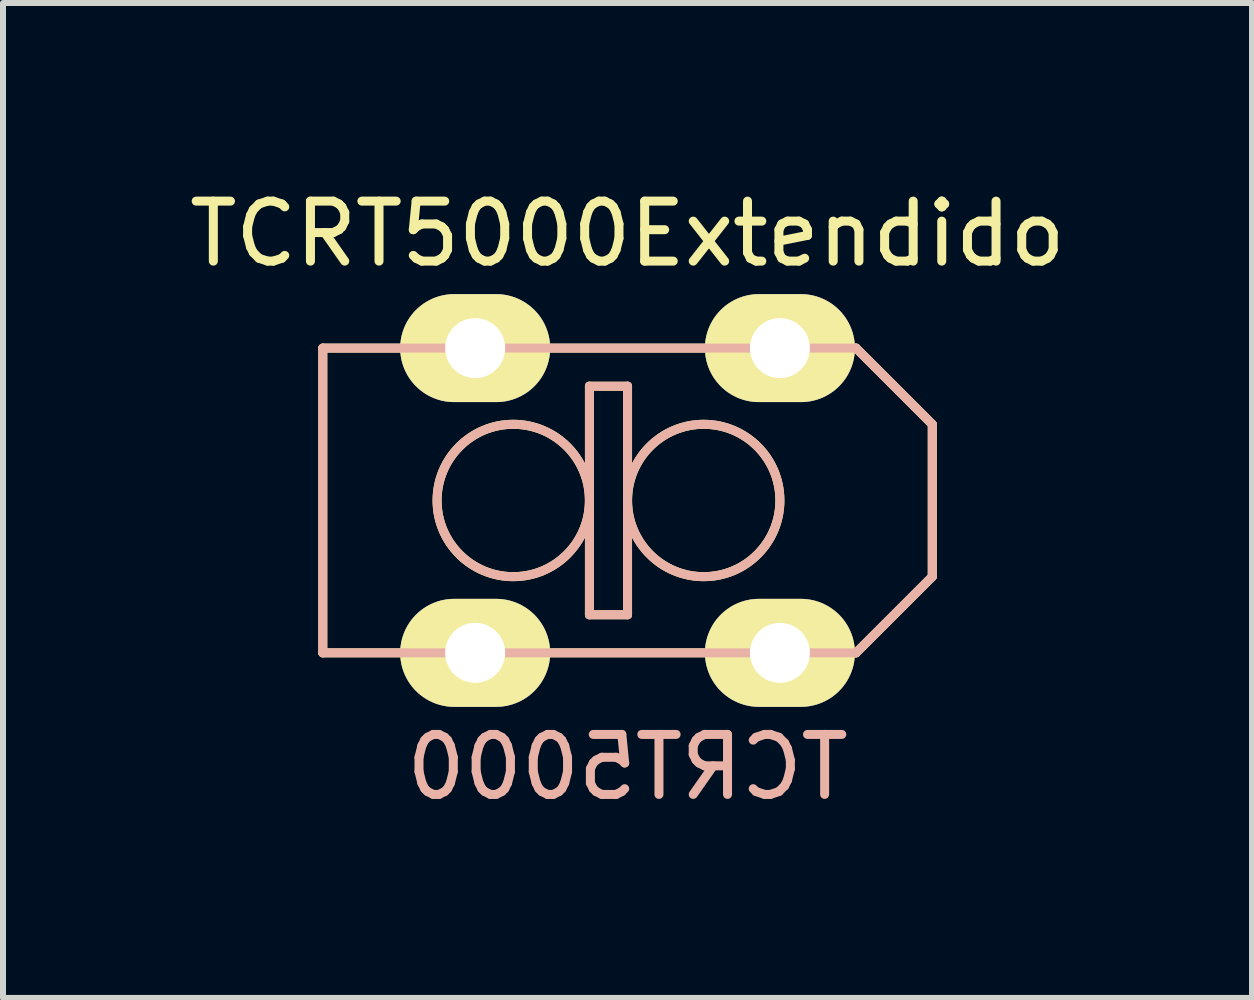
<source format=kicad_pcb>
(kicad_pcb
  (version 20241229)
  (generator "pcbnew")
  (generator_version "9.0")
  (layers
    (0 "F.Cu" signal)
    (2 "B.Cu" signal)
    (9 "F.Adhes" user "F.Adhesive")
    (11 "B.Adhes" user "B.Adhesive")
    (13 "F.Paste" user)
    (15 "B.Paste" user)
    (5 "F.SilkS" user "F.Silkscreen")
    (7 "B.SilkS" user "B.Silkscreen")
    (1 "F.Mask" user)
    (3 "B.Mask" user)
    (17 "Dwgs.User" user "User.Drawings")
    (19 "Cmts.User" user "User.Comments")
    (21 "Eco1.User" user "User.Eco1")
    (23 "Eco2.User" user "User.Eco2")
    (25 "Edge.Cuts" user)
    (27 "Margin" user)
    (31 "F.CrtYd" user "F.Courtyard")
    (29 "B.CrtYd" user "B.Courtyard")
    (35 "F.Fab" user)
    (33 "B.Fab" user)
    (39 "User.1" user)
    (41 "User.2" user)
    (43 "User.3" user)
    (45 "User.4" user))
  (footprint "TCRT5000Extendido"
    (layer "F.Cu")
    (at 7.411 5.293)
    (property "Reference" "TCRT5000Extendido" (at 0 -4.445 0) (layer "F.SilkS") (effects (font (size 1 1) (thickness 0.15))))
    (attr through_hole)
    (fp_line (start -5.08 -2.54) (end 3.81 -2.54) (stroke (width 0.15) (type solid)) (layer "F.SilkS"))
    (fp_line (start -5.08 2.54) (end -5.08 -2.54) (stroke (width 0.15) (type solid)) (layer "F.SilkS"))
    (fp_line (start -0.635 -1.905) (end 0 -1.905) (stroke (width 0.15) (type solid)) (layer "F.SilkS"))
    (fp_line (start -0.635 1.905) (end -0.635 -1.905) (stroke (width 0.15) (type solid)) (layer "F.SilkS"))
    (fp_line (start 0 -1.905) (end 0 1.905) (stroke (width 0.15) (type solid)) (layer "F.SilkS"))
    (fp_line (start 0 1.905) (end -0.635 1.905) (stroke (width 0.15) (type solid)) (layer "F.SilkS"))
    (fp_line (start 3.81 -2.54) (end 5.08 -1.27) (stroke (width 0.15) (type solid)) (layer "F.SilkS"))
    (fp_line (start 3.81 2.54) (end -5.08 2.54) (stroke (width 0.15) (type solid)) (layer "F.SilkS"))
    (fp_line (start 5.08 -1.27) (end 5.08 1.27) (stroke (width 0.15) (type solid)) (layer "F.SilkS"))
    (fp_line (start 5.08 1.27) (end 3.81 2.54) (stroke (width 0.15) (type solid)) (layer "F.SilkS"))
    (fp_circle (center -1.905 0) (end -0.635 0) (stroke (width 0.15) (type solid)) (fill no) (layer "F.SilkS"))
    (fp_circle (center 1.27 0) (end 0 0) (stroke (width 0.15) (type solid)) (fill no) (layer "F.SilkS"))
    (fp_line (start -5.08 -2.54) (end 3.81 -2.54) (stroke (width 0.15) (type solid)) (layer "B.SilkS"))
    (fp_line (start -5.08 2.54) (end -5.08 -2.54) (stroke (width 0.15) (type solid)) (layer "B.SilkS"))
    (fp_line (start -0.635 -1.905) (end 0 -1.905) (stroke (width 0.15) (type solid)) (layer "B.SilkS"))
    (fp_line (start -0.635 1.905) (end -0.635 -1.905) (stroke (width 0.15) (type solid)) (layer "B.SilkS"))
    (fp_line (start 0 -1.905) (end 0 1.905) (stroke (width 0.15) (type solid)) (layer "B.SilkS"))
    (fp_line (start 0 1.905) (end -0.635 1.905) (stroke (width 0.15) (type solid)) (layer "B.SilkS"))
    (fp_line (start 3.81 -2.54) (end 5.08 -1.27) (stroke (width 0.15) (type solid)) (layer "B.SilkS"))
    (fp_line (start 3.81 2.54) (end -5.08 2.54) (stroke (width 0.15) (type solid)) (layer "B.SilkS"))
    (fp_line (start 5.08 -1.27) (end 5.08 1.27) (stroke (width 0.15) (type solid)) (layer "B.SilkS"))
    (fp_line (start 5.08 1.27) (end 3.81 2.54) (stroke (width 0.15) (type solid)) (layer "B.SilkS"))
    (fp_circle (center -1.905 0) (end -3.175 0) (stroke (width 0.15) (type solid)) (fill no) (layer "B.SilkS"))
    (fp_circle (center 1.27 0) (end 0 0) (stroke (width 0.15) (type solid)) (fill no) (layer "B.SilkS"))
    (fp_text user "TCRT5000" (at 0 4.445 0) (layer "B.SilkS") (effects (font (size 1 1) (thickness 0.15)) (justify mirror)))
    (pad "1" thru_hole oval (at 2.54 -2.54) (size 2.5 1.8) (drill 1) (layers "*.Cu" "*.Mask" "F.SilkS"))
    (pad "2" thru_hole oval (at 2.54 2.54) (size 2.5 1.8) (drill 1) (layers "*.Cu" "*.Mask" "F.SilkS"))
    (pad "3" thru_hole oval (at -2.54 -2.54) (size 2.5 1.8) (drill 1) (layers "*.Cu" "*.Mask" "F.SilkS"))
    (pad "4" thru_hole oval (at -2.54 2.54) (size 2.5 1.8) (drill 1) (layers "*.Cu" "*.Mask" "F.SilkS")))
  (gr_rect
    (start -3 -3)
    (end 17.821 13.586)
    (stroke (width 0.1) (type default))
    (fill no)
    (layer "Edge.Cuts")))
</source>
